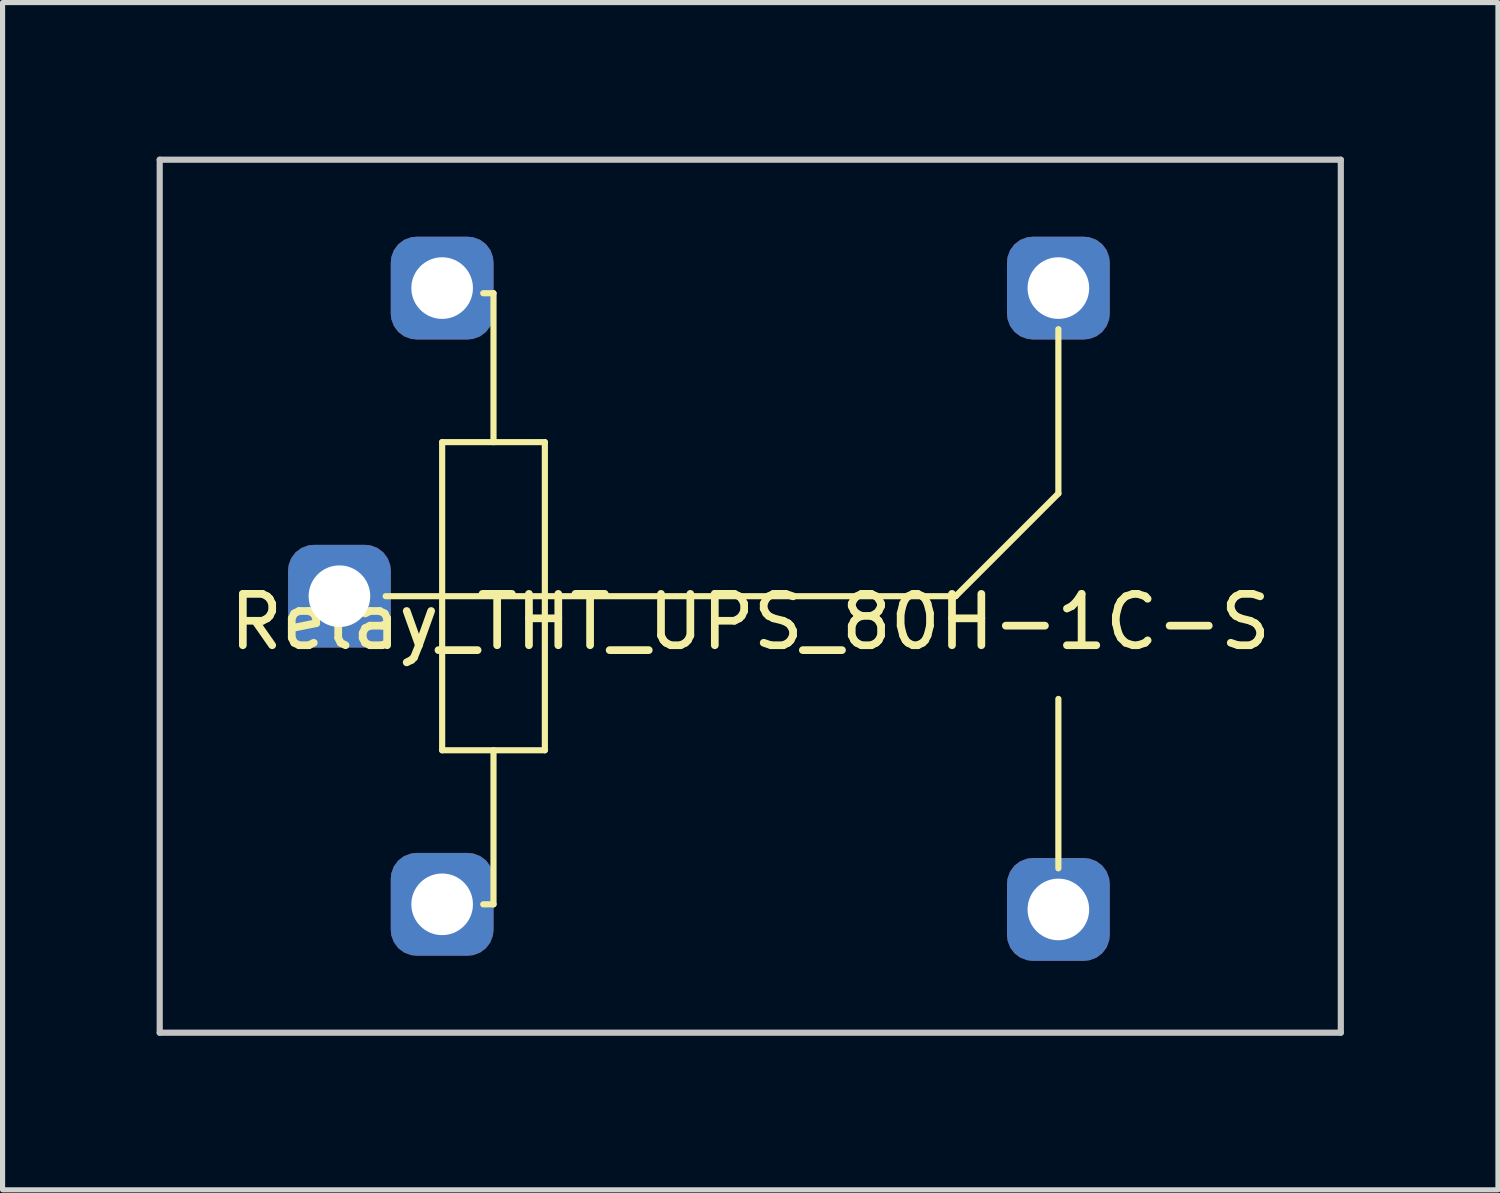
<source format=kicad_pcb>
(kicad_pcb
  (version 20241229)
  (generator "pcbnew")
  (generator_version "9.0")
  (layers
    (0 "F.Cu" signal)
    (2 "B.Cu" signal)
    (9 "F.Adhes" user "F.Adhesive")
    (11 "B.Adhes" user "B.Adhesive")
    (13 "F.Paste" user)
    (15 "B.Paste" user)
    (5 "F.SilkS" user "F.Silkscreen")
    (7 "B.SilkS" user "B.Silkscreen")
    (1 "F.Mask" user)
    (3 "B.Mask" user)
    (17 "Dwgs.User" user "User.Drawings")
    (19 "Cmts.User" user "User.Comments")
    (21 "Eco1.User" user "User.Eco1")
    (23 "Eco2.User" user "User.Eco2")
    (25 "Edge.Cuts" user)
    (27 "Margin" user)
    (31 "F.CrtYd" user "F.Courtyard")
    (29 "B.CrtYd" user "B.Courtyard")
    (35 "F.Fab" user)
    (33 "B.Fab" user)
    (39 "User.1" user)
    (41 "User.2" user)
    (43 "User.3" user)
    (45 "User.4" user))
  (footprint "Relay_THT_UPS_80H-1C-S"
    (layer "F.Cu")
    (at 11.56 8.56)
    (property "Reference" "Relay_THT_UPS_80H-1C-S" (at 0 0.5 0) (layer "F.SilkS") (effects (font (size 1 1) (thickness 0.15))))
    (attr through_hole)
    (fp_line (start -7.1 0) (end 4 0) (stroke (width 0.12) (type solid)) (layer "F.SilkS"))
    (fp_line (start -6 -3) (end -6 3) (stroke (width 0.12) (type solid)) (layer "F.SilkS"))
    (fp_line (start -6 3) (end -4 3) (stroke (width 0.12) (type solid)) (layer "F.SilkS"))
    (fp_line (start -5 -5.9) (end -5.2 -5.9) (stroke (width 0.12) (type solid)) (layer "F.SilkS"))
    (fp_line (start -5 -3) (end -5 -5.9) (stroke (width 0.12) (type solid)) (layer "F.SilkS"))
    (fp_line (start -5 3) (end -5 6) (stroke (width 0.12) (type solid)) (layer "F.SilkS"))
    (fp_line (start -5 6) (end -5.2 6) (stroke (width 0.12) (type solid)) (layer "F.SilkS"))
    (fp_line (start -4 -3) (end -6 -3) (stroke (width 0.12) (type solid)) (layer "F.SilkS"))
    (fp_line (start -4 3) (end -4 -3) (stroke (width 0.12) (type solid)) (layer "F.SilkS"))
    (fp_line (start 4 0) (end 6 -2) (stroke (width 0.12) (type solid)) (layer "F.SilkS"))
    (fp_line (start 6 -2) (end 6 -5.2) (stroke (width 0.12) (type solid)) (layer "F.SilkS"))
    (fp_line (start 6 2) (end 6 5.3) (stroke (width 0.12) (type solid)) (layer "F.SilkS"))
    (fp_line (start -11.5 -8.5) (end 11.5 -8.5) (stroke (width 0.12) (type solid)) (layer "Dwgs.User"))
    (fp_line (start -11.5 8.5) (end -11.5 -8.5) (stroke (width 0.12) (type solid)) (layer "Dwgs.User"))
    (fp_line (start 11.5 -8.5) (end 11.5 8.5) (stroke (width 0.12) (type solid)) (layer "Dwgs.User"))
    (fp_line (start 11.5 8.5) (end -11.5 8.5) (stroke (width 0.12) (type solid)) (layer "Dwgs.User"))
    (pad "11" thru_hole roundrect (at -8 0) (size 2 2) (drill 1.2) (layers "*.Cu" "*.Mask") (roundrect_rratio 0.25))
    (pad "12" thru_hole roundrect (at 6 -6) (size 2 2) (drill 1.2) (layers "*.Cu" "*.Mask") (roundrect_rratio 0.25))
    (pad "14" thru_hole roundrect (at 6 6.1) (size 2 2) (drill 1.2) (layers "*.Cu" "*.Mask") (roundrect_rratio 0.25))
    (pad "A1" thru_hole roundrect (at -6 -6) (size 2 2) (drill 1.2) (layers "*.Cu" "*.Mask") (roundrect_rratio 0.25))
    (pad "A2" thru_hole roundrect (at -6 6) (size 2 2) (drill 1.2) (layers "*.Cu" "*.Mask") (roundrect_rratio 0.25)))
  (gr_rect
    (start -3 -3)
    (end 26.12 20.12)
    (stroke (width 0.1) (type default))
    (fill no)
    (layer "Edge.Cuts")))
</source>
